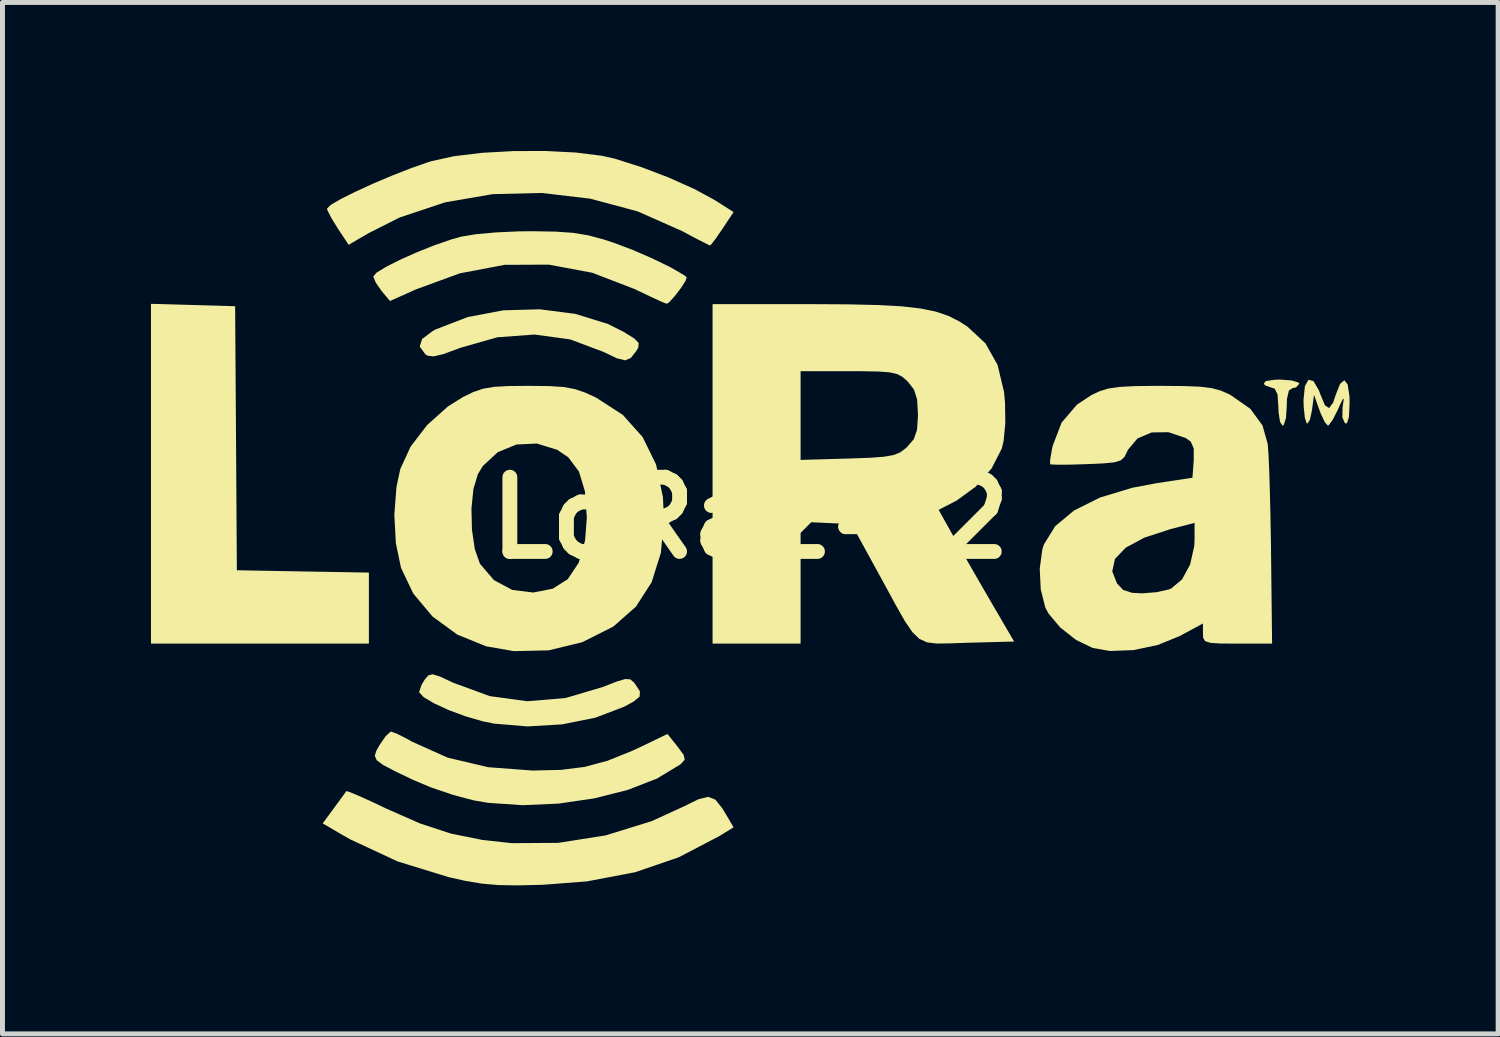
<source format=kicad_pcb>
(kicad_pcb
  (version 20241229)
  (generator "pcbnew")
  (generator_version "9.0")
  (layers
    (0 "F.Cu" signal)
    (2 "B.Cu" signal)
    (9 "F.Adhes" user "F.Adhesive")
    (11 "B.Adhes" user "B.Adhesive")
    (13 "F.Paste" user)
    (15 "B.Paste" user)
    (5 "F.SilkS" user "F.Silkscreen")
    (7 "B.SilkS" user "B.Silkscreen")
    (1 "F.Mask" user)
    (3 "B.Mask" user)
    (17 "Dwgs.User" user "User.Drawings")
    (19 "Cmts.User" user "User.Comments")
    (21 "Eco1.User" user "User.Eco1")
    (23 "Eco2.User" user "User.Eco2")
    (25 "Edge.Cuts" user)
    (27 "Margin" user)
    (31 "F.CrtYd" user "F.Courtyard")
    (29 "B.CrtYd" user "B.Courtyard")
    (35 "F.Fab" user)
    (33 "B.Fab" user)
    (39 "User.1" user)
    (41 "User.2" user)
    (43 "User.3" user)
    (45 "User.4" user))
  (footprint "LoRa24.2"
    (layer "F.Cu")
    (at 12.107 7.412)
    (property "Reference" "LoRa24.2" (at 0 0 0) (layer "F.SilkS") (effects (font (size 1.5 1.5) (thickness 0.3))))
    (attr board_only exclude_from_pos_files exclude_from_bom)
    (fp_poly (pts (xy -11.257 -4.3) (xy -10.407 -4.276) (xy -10.389 -1.609) (xy -10.372 1.058) (xy -9.038 1.082) (xy -7.705 1.105) (xy -7.705 1.822) (xy -7.705 2.54) (xy -9.906 2.54) (xy -12.107 2.54) (xy -12.107 -0.892) (xy -12.107 -4.324)) (stroke (width 0) (type solid)) (fill yes) (layer "F.SilkS"))
    (fp_poly (pts (xy 10.934 -2.777) (xy 11.073 -2.735) (xy 11.091 -2.709) (xy 11.023 -2.634) (xy 10.964 -2.625) (xy 10.881 -2.575) (xy 10.842 -2.405) (xy 10.837 -2.244) (xy 10.821 -2.016) (xy 10.778 -1.88) (xy 10.753 -1.863) (xy 10.702 -1.938) (xy 10.672 -2.13) (xy 10.668 -2.244) (xy 10.65 -2.498) (xy 10.591 -2.613) (xy 10.546 -2.625) (xy 10.402 -2.676) (xy 10.372 -2.709) (xy 10.412 -2.763) (xy 10.596 -2.791) (xy 10.705 -2.794)) (stroke (width 0) (type solid)) (fill yes) (layer "F.SilkS"))
    (fp_poly (pts (xy -3.533 -4.121) (xy -2.875 -3.917) (xy -2.557 -3.757) (xy -2.343 -3.624) (xy -2.254 -3.532) (xy -2.263 -3.439) (xy -2.309 -3.363) (xy -2.415 -3.229) (xy -2.527 -3.183) (xy -2.693 -3.223) (xy -2.957 -3.349) (xy -2.963 -3.352) (xy -3.64 -3.606) (xy -4.364 -3.704) (xy -5.112 -3.648) (xy -5.86 -3.435) (xy -5.886 -3.425) (xy -6.199 -3.309) (xy -6.398 -3.262) (xy -6.521 -3.277) (xy -6.565 -3.305) (xy -6.678 -3.461) (xy -6.63 -3.614) (xy -6.417 -3.774) (xy -6.353 -3.809) (xy -5.705 -4.058) (xy -4.99 -4.193) (xy -4.252 -4.214)) (stroke (width 0) (type solid)) (fill yes) (layer "F.SilkS"))
    (fp_poly (pts (xy -6.272 3.204) (xy -6.025 3.319) (xy -6.003 3.33) (xy -5.262 3.601) (xy -4.503 3.704) (xy -3.732 3.639) (xy -2.983 3.417) (xy -2.697 3.306) (xy -2.524 3.255) (xy -2.424 3.262) (xy -2.352 3.323) (xy -2.325 3.357) (xy -2.23 3.505) (xy -2.235 3.611) (xy -2.361 3.713) (xy -2.549 3.815) (xy -3.128 4.036) (xy -3.798 4.171) (xy -4.5 4.213) (xy -5.176 4.156) (xy -5.407 4.109) (xy -5.752 4.009) (xy -6.091 3.883) (xy -6.385 3.748) (xy -6.597 3.623) (xy -6.688 3.524) (xy -6.689 3.515) (xy -6.642 3.375) (xy -6.575 3.263) (xy -6.502 3.181) (xy -6.417 3.16)) (stroke (width 0) (type solid)) (fill yes) (layer "F.SilkS"))
    (fp_poly (pts (xy -8.083 5.542) (xy -7.886 5.625) (xy -7.601 5.755) (xy -7.353 5.873) (xy -6.674 6.172) (xy -6.051 6.377) (xy -5.414 6.506) (xy -4.819 6.571) (xy -3.88 6.565) (xy -2.922 6.414) (xy -1.994 6.127) (xy -1.349 5.832) (xy -1.051 5.685) (xy -0.852 5.635) (xy -0.706 5.691) (xy -0.569 5.862) (xy -0.486 5.998) (xy -0.338 6.251) (xy -0.622 6.426) (xy -1.442 6.855) (xy -2.326 7.158) (xy -3.297 7.343) (xy -4.191 7.412) (xy -4.697 7.424) (xy -5.091 7.418) (xy -5.428 7.388) (xy -5.765 7.331) (xy -6.096 7.257) (xy -7.125 6.94) (xy -8.083 6.494) (xy -8.277 6.383) (xy -8.638 6.172) (xy -8.408 5.859) (xy -8.267 5.667) (xy -8.176 5.541) (xy -8.161 5.519)) (stroke (width 0) (type solid)) (fill yes) (layer "F.SilkS"))
    (fp_poly (pts (xy -7.146 4.357) (xy -6.947 4.457) (xy -6.831 4.522) (xy -6.113 4.844) (xy -5.293 5.037) (xy -4.403 5.104) (xy -3.829 5.091) (xy -3.344 5.03) (xy -2.883 4.906) (xy -2.38 4.703) (xy -2.128 4.585) (xy -1.673 4.365) (xy -1.472 4.617) (xy -1.347 4.786) (xy -1.324 4.884) (xy -1.397 4.967) (xy -1.418 4.984) (xy -1.885 5.266) (xy -2.476 5.496) (xy -3.151 5.666) (xy -3.872 5.772) (xy -4.598 5.804) (xy -5.291 5.757) (xy -5.583 5.708) (xy -5.999 5.598) (xy -6.456 5.443) (xy -6.811 5.293) (xy -7.181 5.116) (xy -7.42 4.99) (xy -7.548 4.894) (xy -7.586 4.806) (xy -7.555 4.705) (xy -7.485 4.582) (xy -7.364 4.408) (xy -7.268 4.32) (xy -7.257 4.318)) (stroke (width 0) (type solid)) (fill yes) (layer "F.SilkS"))
    (fp_poly (pts (xy 11.377 -2.764) (xy 11.486 -2.577) (xy 11.515 -2.498) (xy 11.609 -2.274) (xy 11.693 -2.218) (xy 11.774 -2.329) (xy 11.821 -2.47) (xy 11.914 -2.707) (xy 12 -2.78) (xy 12.067 -2.696) (xy 12.104 -2.46) (xy 12.107 -2.33) (xy 12.094 -2.041) (xy 12.054 -1.912) (xy 12.014 -1.91) (xy 11.961 -2.028) (xy 11.964 -2.232) (xy 11.965 -2.233) (xy 11.988 -2.391) (xy 11.976 -2.411) (xy 11.914 -2.286) (xy 11.867 -2.181) (xy 11.767 -1.983) (xy 11.685 -1.872) (xy 11.668 -1.863) (xy 11.606 -1.934) (xy 11.522 -2.112) (xy 11.499 -2.174) (xy 11.388 -2.485) (xy 11.345 -2.166) (xy 11.304 -1.979) (xy 11.254 -1.905) (xy 11.239 -1.911) (xy 11.202 -2.028) (xy 11.179 -2.25) (xy 11.176 -2.385) (xy 11.204 -2.663) (xy 11.277 -2.791)) (stroke (width 0) (type solid)) (fill yes) (layer "F.SilkS"))
    (fp_poly (pts (xy -3.933 -5.783) (xy -3.575 -5.758) (xy -3.27 -5.707) (xy -2.96 -5.624) (xy -2.752 -5.555) (xy -2.367 -5.41) (xy -1.974 -5.239) (xy -1.62 -5.067) (xy -1.357 -4.916) (xy -1.284 -4.863) (xy -1.308 -4.788) (xy -1.402 -4.642) (xy -1.526 -4.48) (xy -1.637 -4.357) (xy -1.688 -4.325) (xy -1.782 -4.362) (xy -1.987 -4.456) (xy -2.263 -4.587) (xy -2.328 -4.619) (xy -3.193 -4.952) (xy -4.07 -5.116) (xy -4.96 -5.112) (xy -5.865 -4.941) (xy -6.756 -4.615) (xy -7.279 -4.381) (xy -7.447 -4.582) (xy -7.567 -4.754) (xy -7.617 -4.878) (xy -7.545 -4.958) (xy -7.348 -5.077) (xy -7.063 -5.22) (xy -6.726 -5.37) (xy -6.371 -5.511) (xy -6.036 -5.626) (xy -5.842 -5.681) (xy -5.548 -5.73) (xy -5.142 -5.767) (xy -4.681 -5.788) (xy -4.403 -5.791)) (stroke (width 0) (type solid)) (fill yes) (layer "F.SilkS"))
    (fp_poly (pts (xy -3.528 -7.381) (xy -3.002 -7.316) (xy -2.739 -7.257) (xy -2.197 -7.085) (xy -1.642 -6.873) (xy -1.133 -6.645) (xy -0.726 -6.425) (xy -0.698 -6.407) (xy -0.338 -6.178) (xy -0.561 -5.841) (xy -0.697 -5.644) (xy -0.791 -5.522) (xy -0.813 -5.503) (xy -0.895 -5.541) (xy -1.087 -5.639) (xy -1.347 -5.778) (xy -1.373 -5.792) (xy -2.274 -6.191) (xy -3.23 -6.448) (xy -4.215 -6.564) (xy -5.203 -6.54) (xy -6.168 -6.374) (xy -7.084 -6.068) (xy -7.719 -5.748) (xy -8.114 -5.516) (xy -8.333 -5.847) (xy -8.463 -6.058) (xy -8.541 -6.212) (xy -8.551 -6.249) (xy -8.477 -6.322) (xy -8.277 -6.439) (xy -7.983 -6.586) (xy -7.628 -6.749) (xy -7.243 -6.912) (xy -6.861 -7.062) (xy -6.515 -7.183) (xy -6.435 -7.208) (xy -5.983 -7.307) (xy -5.416 -7.375) (xy -4.785 -7.41) (xy -4.139 -7.412)) (stroke (width 0) (type solid)) (fill yes) (layer "F.SilkS"))
    (fp_poly (pts (xy -4.069 -2.663) (xy -3.77 -2.644) (xy -3.539 -2.601) (xy -3.326 -2.527) (xy -3.114 -2.429) (xy -2.577 -2.082) (xy -2.174 -1.632) (xy -1.903 -1.078) (xy -1.765 -0.419) (xy -1.744 -0.000001) (xy -1.806 0.705) (xy -1.993 1.3) (xy -2.309 1.792) (xy -2.757 2.187) (xy -2.78 2.202) (xy -3.394 2.511) (xy -4.071 2.676) (xy -4.776 2.692) (xy -5.338 2.594) (xy -5.92 2.357) (xy -6.418 1.994) (xy -6.809 1.528) (xy -7.057 1.006) (xy -7.16 0.51) (xy -7.191 -0.06) (xy -7.181 -0.189) (xy -5.633 -0.189) (xy -5.623 0.237) (xy -5.566 0.629) (xy -5.462 0.925) (xy -5.458 0.931) (xy -5.177 1.259) (xy -4.809 1.455) (xy -4.384 1.508) (xy -3.99 1.43) (xy -3.687 1.238) (xy -3.467 0.908) (xy -3.337 0.454) (xy -3.302 -0.009) (xy -3.341 -0.538) (xy -3.462 -0.936) (xy -3.675 -1.222) (xy -3.902 -1.376) (xy -4.313 -1.502) (xy -4.726 -1.482) (xy -5.102 -1.327) (xy -5.402 -1.049) (xy -5.502 -0.886) (xy -5.593 -0.585) (xy -5.633 -0.189) (xy -7.181 -0.189) (xy -7.148 -0.625) (xy -7.07 -0.988) (xy -6.862 -1.44) (xy -6.528 -1.876) (xy -6.109 -2.251) (xy -5.81 -2.438) (xy -5.595 -2.543) (xy -5.397 -2.61) (xy -5.17 -2.648) (xy -4.864 -2.664) (xy -4.487 -2.667)) (stroke (width 0) (type solid)) (fill yes) (layer "F.SilkS"))
    (fp_poly (pts (xy 1.963 -4.314) (xy 2.57 -4.3) (xy 3.055 -4.274) (xy 3.439 -4.23) (xy 3.747 -4.167) (xy 4.001 -4.081) (xy 4.224 -3.968) (xy 4.386 -3.864) (xy 4.751 -3.525) (xy 4.995 -3.091) (xy 5.126 -2.544) (xy 5.146 -2.325) (xy 5.152 -1.912) (xy 5.118 -1.557) (xy 5.081 -1.401) (xy 4.876 -1.001) (xy 4.554 -0.631) (xy 4.168 -0.349) (xy 4.133 -0.331) (xy 3.805 -0.163) (xy 4.122 0.405) (xy 4.311 0.74) (xy 4.547 1.152) (xy 4.789 1.57) (xy 4.885 1.736) (xy 5.33 2.498) (xy 4.38 2.523) (xy 4.029 2.535) (xy 3.768 2.539) (xy 3.571 2.515) (xy 3.415 2.444) (xy 3.275 2.309) (xy 3.126 2.091) (xy 2.944 1.771) (xy 2.704 1.33) (xy 2.625 1.185) (xy 2.045 0.127) (xy 1.53 0.102) (xy 1.016 0.077) (xy 1.016 1.308) (xy 1.016 2.54) (xy 0.127 2.54) (xy -0.762 2.54) (xy -0.762 -0.889) (xy -0.762 -2.067) (xy 1.016 -2.067) (xy 1.016 -1.171) (xy 1.983 -1.199) (xy 2.408 -1.214) (xy 2.699 -1.235) (xy 2.894 -1.269) (xy 3.028 -1.323) (xy 3.137 -1.404) (xy 3.168 -1.433) (xy 3.303 -1.59) (xy 3.368 -1.776) (xy 3.387 -2.056) (xy 3.387 -2.093) (xy 3.37 -2.394) (xy 3.306 -2.594) (xy 3.179 -2.756) (xy 3.079 -2.845) (xy 2.97 -2.904) (xy 2.817 -2.94) (xy 2.583 -2.957) (xy 2.234 -2.963) (xy 1.994 -2.963) (xy 1.016 -2.963) (xy 1.016 -2.067) (xy -0.762 -2.067) (xy -0.762 -4.318) (xy 1.209 -4.318)) (stroke (width 0) (type solid)) (fill yes) (layer "F.SilkS"))
    (fp_poly (pts (xy 8.757 -2.663) (xy 9.085 -2.65) (xy 9.322 -2.621) (xy 9.505 -2.572) (xy 9.673 -2.497) (xy 9.707 -2.479) (xy 10.102 -2.203) (xy 10.347 -1.868) (xy 10.452 -1.497) (xy 10.467 -1.307) (xy 10.482 -0.979) (xy 10.496 -0.544) (xy 10.508 -0.032) (xy 10.518 0.526) (xy 10.52 0.699) (xy 10.541 2.54) (xy 9.842 2.54) (xy 9.5 2.538) (xy 9.293 2.524) (xy 9.187 2.49) (xy 9.149 2.424) (xy 9.144 2.336) (xy 9.144 2.133) (xy 8.671 2.389) (xy 8.23 2.568) (xy 7.74 2.671) (xy 7.266 2.689) (xy 6.916 2.628) (xy 6.579 2.464) (xy 6.262 2.215) (xy 6.024 1.932) (xy 5.96 1.812) (xy 5.868 1.448) (xy 5.85 1.079) (xy 7.312 1.079) (xy 7.406 1.321) (xy 7.532 1.456) (xy 7.715 1.514) (xy 7.914 1.524) (xy 8.201 1.502) (xy 8.45 1.447) (xy 8.501 1.428) (xy 8.722 1.243) (xy 8.886 0.94) (xy 8.969 0.569) (xy 8.975 0.44) (xy 8.975 0.101) (xy 8.488 0.227) (xy 7.958 0.4) (xy 7.584 0.602) (xy 7.367 0.829) (xy 7.312 1.079) (xy 5.85 1.079) (xy 5.847 1.026) (xy 5.9 0.635) (xy 5.932 0.535) (xy 6.16 0.167) (xy 6.541 -0.15) (xy 7.064 -0.411) (xy 7.719 -0.609) (xy 8.213 -0.702) (xy 8.932 -0.811) (xy 8.958 -1.162) (xy 8.958 -1.404) (xy 8.898 -1.541) (xy 8.799 -1.612) (xy 8.447 -1.731) (xy 8.108 -1.726) (xy 7.822 -1.605) (xy 7.631 -1.378) (xy 7.619 -1.353) (xy 7.563 -1.236) (xy 7.487 -1.163) (xy 7.353 -1.122) (xy 7.123 -1.1) (xy 6.8 -1.086) (xy 6.472 -1.076) (xy 6.215 -1.074) (xy 6.072 -1.08) (xy 6.056 -1.084) (xy 6.057 -1.174) (xy 6.091 -1.369) (xy 6.109 -1.456) (xy 6.289 -1.925) (xy 6.599 -2.288) (xy 6.886 -2.478) (xy 7.056 -2.559) (xy 7.233 -2.613) (xy 7.456 -2.645) (xy 7.762 -2.662) (xy 8.192 -2.667) (xy 8.297 -2.667)) (stroke (width 0) (type solid)) (fill yes) (layer "F.SilkS")))
  (gr_rect
    (start -3 -3)
    (end 27.215 17.836)
    (stroke (width 0.1) (type default))
    (fill no)
    (layer "Edge.Cuts")))
</source>
